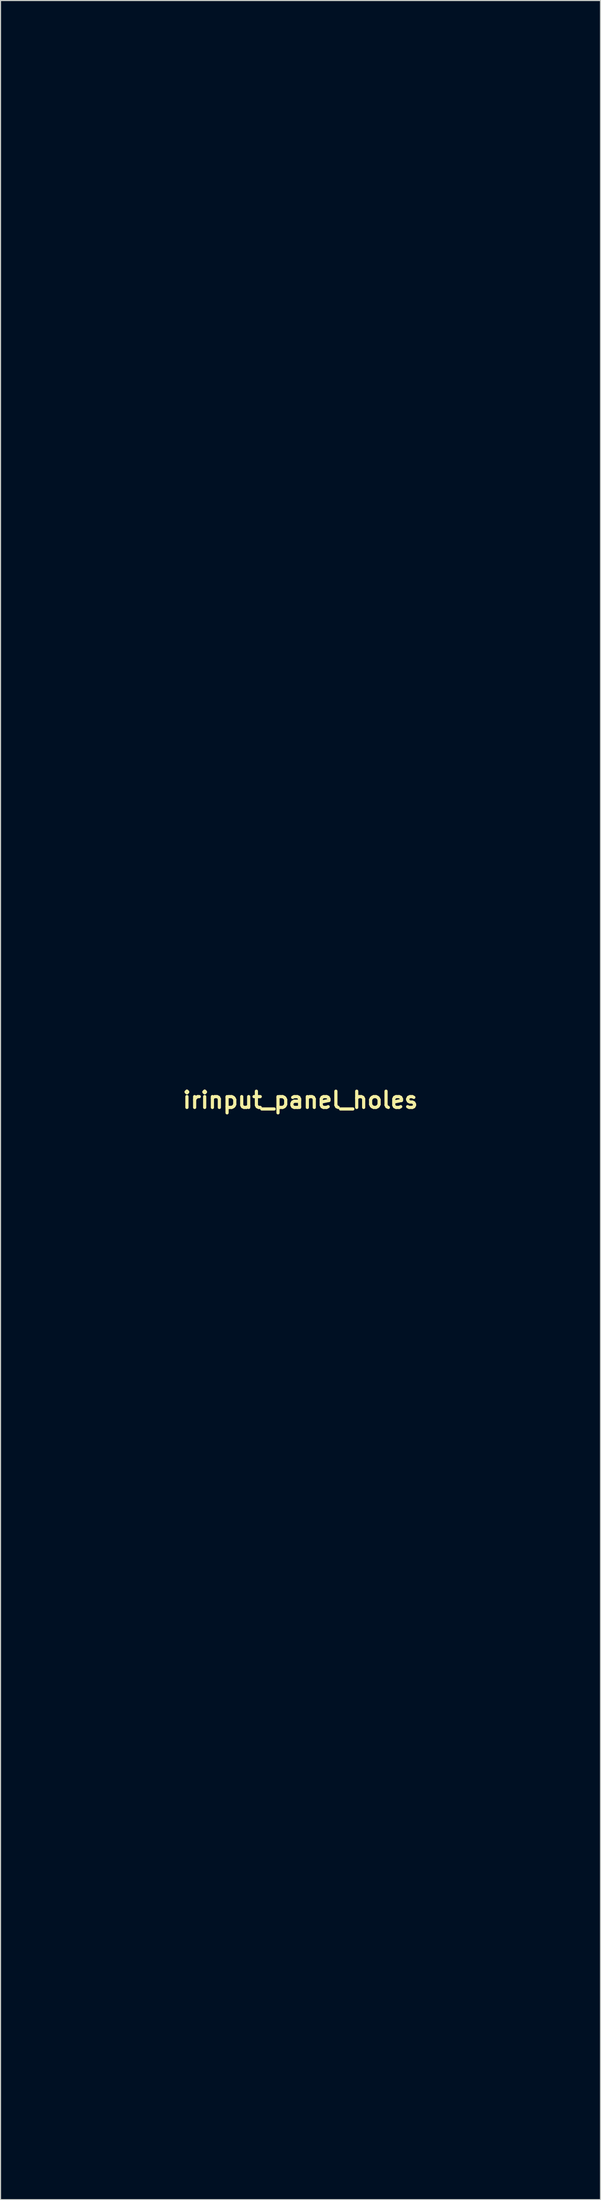
<source format=kicad_pcb>
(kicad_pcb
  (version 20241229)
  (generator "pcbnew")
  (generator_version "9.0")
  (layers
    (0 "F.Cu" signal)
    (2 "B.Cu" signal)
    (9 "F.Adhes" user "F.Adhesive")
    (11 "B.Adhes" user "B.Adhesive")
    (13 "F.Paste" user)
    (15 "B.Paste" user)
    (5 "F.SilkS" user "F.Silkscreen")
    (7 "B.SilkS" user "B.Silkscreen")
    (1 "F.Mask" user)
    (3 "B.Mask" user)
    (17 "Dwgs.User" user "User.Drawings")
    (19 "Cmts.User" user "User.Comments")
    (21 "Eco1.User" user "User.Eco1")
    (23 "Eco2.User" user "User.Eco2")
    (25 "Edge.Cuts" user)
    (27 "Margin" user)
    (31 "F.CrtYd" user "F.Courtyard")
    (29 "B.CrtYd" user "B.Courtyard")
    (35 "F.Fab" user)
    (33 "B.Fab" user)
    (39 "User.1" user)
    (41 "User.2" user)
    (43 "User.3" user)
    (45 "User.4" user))
  (footprint "irinput_panel_holes"
    (layer "F.Cu")
    (at 25.196 100.277)
    (property "Reference" "irinput_panel_holes" (at 0 0 0) (layer "F.SilkS") (effects (font (size 1.524 1.524) (thickness 0.3))))
    (attr board_only exclude_from_pos_files exclude_from_bom)
    (fp_poly (pts (xy -9.967 -93.362) (xy -11.187 -93.362) (xy -11.187 -96.795) (xy -9.967 -96.795)) (stroke (width 0.1) (type solid)) (fill no) (layer "Eco1.User"))
    (fp_poly (pts (xy -3.229 -93.362) (xy -3.84 -93.362) (xy -4.044 -93.363) (xy -4.201 -93.365) (xy -4.317 -93.369) (xy -4.396 -93.374) (xy -4.443 -93.382) (xy -4.463 -93.393) (xy -4.463 -93.394) (xy -4.465 -93.424) (xy -4.467 -93.501) (xy -4.468 -93.62) (xy -4.469 -93.777) (xy -4.47 -93.968) (xy -4.47 -94.188) (xy -4.47 -94.433) (xy -4.47 -94.699) (xy -4.469 -94.981) (xy -4.469 -95.104) (xy -4.462 -96.782) (xy -3.846 -96.789) (xy -3.229 -96.795)) (stroke (width 0.1) (type solid)) (fill no) (layer "Eco1.User"))
    (fp_poly (pts (xy 25.171 100.227) (xy -25.146 100.227) (xy -25.146 100.1) (xy -25.019 100.1) (xy 25.044 100.1) (xy 25.044 90.489) (xy -25.019 90.489) (xy -25.019 100.1) (xy -25.146 100.1) (xy -25.146 89.675) (xy -25.019 89.675) (xy 25.044 89.675) (xy 25.044 -89.675) (xy -25.019 -89.675) (xy -25.019 89.675) (xy -25.146 89.675) (xy -25.146 -90.489) (xy -25.019 -90.489) (xy 25.044 -90.489) (xy 25.044 -100.1) (xy -25.019 -100.1) (xy -25.019 -90.489) (xy -25.146 -90.489) (xy -25.146 -100.227) (xy 25.171 -100.227)) (stroke (width 0.1) (type solid)) (fill no) (layer "Eco1.User"))
    (fp_poly (pts (xy -3.019 93.385) (xy -2.823 93.386) (xy -2.654 93.388) (xy -2.516 93.39) (xy -2.414 93.393) (xy -2.355 93.396) (xy -2.342 93.398) (xy -2.316 93.44) (xy -2.322 93.493) (xy -2.359 93.537) (xy -2.363 93.539) (xy -2.408 93.55) (xy -2.491 93.559) (xy -2.598 93.564) (xy -2.681 93.566) (xy -2.949 93.566) (xy -2.956 95.186) (xy -2.962 96.807) (xy -3.966 96.821) (xy -3.966 93.559) (xy -4.316 93.569) (xy -4.455 93.572) (xy -4.552 93.573) (xy -4.614 93.571) (xy -4.649 93.563) (xy -4.666 93.55) (xy -4.672 93.53) (xy -4.673 93.523) (xy -4.676 93.492) (xy -4.672 93.467) (xy -4.657 93.447) (xy -4.627 93.43) (xy -4.578 93.417) (xy -4.506 93.407) (xy -4.406 93.399) (xy -4.275 93.394) (xy -4.108 93.391) (xy -3.9 93.388) (xy -3.649 93.386) (xy -3.467 93.386) (xy -3.236 93.385)) (stroke (width 0.1) (type solid)) (fill no) (layer "Eco1.User"))
    (fp_poly (pts (xy 10.716 -96.797) (xy 10.887 -96.796) (xy 11.023 -96.794) (xy 11.12 -96.791) (xy 11.173 -96.787) (xy 11.181 -96.785) (xy 11.21 -96.739) (xy 11.202 -96.684) (xy 11.163 -96.643) (xy 11.121 -96.633) (xy 11.038 -96.625) (xy 10.927 -96.619) (xy 10.798 -96.617) (xy 10.769 -96.617) (xy 10.424 -96.617) (xy 10.424 -93.362) (xy 9.179 -93.362) (xy 9.179 -96.617) (xy 8.943 -96.616) (xy 8.817 -96.614) (xy 8.688 -96.606) (xy 8.581 -96.595) (xy 8.559 -96.592) (xy 8.436 -96.581) (xy 8.356 -96.596) (xy 8.318 -96.638) (xy 8.314 -96.665) (xy 8.315 -96.69) (xy 8.32 -96.711) (xy 8.332 -96.728) (xy 8.357 -96.743) (xy 8.397 -96.754) (xy 8.457 -96.764) (xy 8.541 -96.771) (xy 8.651 -96.777) (xy 8.793 -96.782) (xy 8.97 -96.786) (xy 9.186 -96.789) (xy 9.445 -96.791) (xy 9.75 -96.794) (xy 9.774 -96.795) (xy 10.038 -96.797) (xy 10.287 -96.798) (xy 10.514 -96.798)) (stroke (width 0.1) (type solid)) (fill no) (layer "Eco1.User"))
    (fp_poly (pts (xy 6.109 93.385) (xy 6.119 93.403) (xy 6.119 93.445) (xy 6.105 93.52) (xy 6.08 93.616) (xy 6.069 93.651) (xy 6.051 93.714) (xy 6.022 93.822) (xy 5.984 93.969) (xy 5.939 94.149) (xy 5.887 94.358) (xy 5.83 94.589) (xy 5.77 94.838) (xy 5.707 95.099) (xy 5.669 95.256) (xy 5.606 95.518) (xy 5.546 95.766) (xy 5.489 95.997) (xy 5.437 96.206) (xy 5.391 96.387) (xy 5.352 96.537) (xy 5.322 96.65) (xy 5.301 96.721) (xy 5.293 96.744) (xy 5.248 96.809) (xy 5.197 96.841) (xy 5.151 96.836) (xy 5.124 96.796) (xy 5.124 96.745) (xy 5.14 96.661) (xy 5.171 96.56) (xy 5.188 96.501) (xy 5.216 96.398) (xy 5.253 96.255) (xy 5.298 96.079) (xy 5.349 95.873) (xy 5.406 95.644) (xy 5.466 95.395) (xy 5.529 95.133) (xy 5.578 94.93) (xy 5.641 94.665) (xy 5.702 94.414) (xy 5.76 94.181) (xy 5.812 93.971) (xy 5.859 93.788) (xy 5.898 93.637) (xy 5.93 93.523) (xy 5.951 93.45) (xy 5.962 93.423) (xy 6.01 93.377) (xy 6.065 93.364)) (stroke (width 0.1) (type solid)) (fill no) (layer "Eco1.User"))
    (fp_poly (pts (xy 12.774 -37.516) (xy 13.022 -37.483) (xy 13.209 -37.44) (xy 13.549 -37.314) (xy 13.859 -37.148) (xy 14.14 -36.941) (xy 14.327 -36.762) (xy 14.56 -36.481) (xy 14.748 -36.175) (xy 14.892 -35.844) (xy 14.954 -35.646) (xy 14.989 -35.466) (xy 15.01 -35.254) (xy 15.017 -35.027) (xy 15.01 -34.8) (xy 14.988 -34.591) (xy 14.955 -34.427) (xy 14.865 -34.146) (xy 14.757 -33.899) (xy 14.621 -33.672) (xy 14.451 -33.453) (xy 14.289 -33.279) (xy 14.092 -33.093) (xy 13.9 -32.944) (xy 13.701 -32.823) (xy 13.481 -32.721) (xy 13.425 -32.699) (xy 13.121 -32.606) (xy 12.797 -32.55) (xy 12.466 -32.534) (xy 12.233 -32.548) (xy 12.029 -32.583) (xy 11.804 -32.644) (xy 11.577 -32.725) (xy 11.365 -32.82) (xy 11.247 -32.885) (xy 10.967 -33.08) (xy 10.717 -33.311) (xy 10.502 -33.573) (xy 10.322 -33.86) (xy 10.182 -34.168) (xy 10.084 -34.489) (xy 10.031 -34.82) (xy 10.029 -34.935) (xy 11.518 -34.935) (xy 12.382 -34.935) (xy 12.382 -34.045) (xy 12.662 -34.045) (xy 12.662 -34.935) (xy 13.526 -34.935) (xy 13.526 -35.189) (xy 12.662 -35.189) (xy 12.662 -36.028) (xy 12.382 -36.028) (xy 12.382 -35.189) (xy 11.518 -35.189) (xy 11.518 -34.935) (xy 10.029 -34.935) (xy 10.025 -35.155) (xy 10.028 -35.195) (xy 10.079 -35.546) (xy 10.175 -35.88) (xy 10.314 -36.194) (xy 10.492 -36.483) (xy 10.706 -36.745) (xy 10.953 -36.975) (xy 11.231 -37.171) (xy 11.535 -37.328) (xy 11.863 -37.444) (xy 12.021 -37.482) (xy 12.255 -37.515) (xy 12.512 -37.526)) (stroke (width 0.1) (type solid)) (fill no) (layer "Eco1.User"))
    (fp_poly (pts (xy -20.582 -98.689) (xy -18.929 -98.689) (xy -18.72 -98.618) (xy -18.458 -98.505) (xy -18.228 -98.355) (xy -18.031 -98.174) (xy -17.868 -97.966) (xy -17.744 -97.737) (xy -17.658 -97.491) (xy -17.614 -97.234) (xy -17.613 -96.969) (xy -17.658 -96.703) (xy -17.749 -96.439) (xy -17.792 -96.35) (xy -17.897 -96.183) (xy -18.036 -96.017) (xy -18.196 -95.864) (xy -18.363 -95.737) (xy -18.484 -95.667) (xy -18.555 -95.633) (xy -18.618 -95.604) (xy -18.679 -95.58) (xy -18.743 -95.559) (xy -18.813 -95.542) (xy -18.893 -95.529) (xy -18.99 -95.518) (xy -19.105 -95.51) (xy -19.246 -95.503) (xy -19.414 -95.499) (xy -19.616 -95.496) (xy -19.855 -95.494) (xy -20.135 -95.492) (xy -20.462 -95.491) (xy -20.483 -95.491) (xy -20.76 -95.49) (xy -21.027 -95.49) (xy -21.278 -95.49) (xy -21.509 -95.491) (xy -21.714 -95.493) (xy -21.887 -95.494) (xy -22.024 -95.497) (xy -22.12 -95.499) (xy -22.162 -95.501) (xy -22.432 -95.55) (xy -22.681 -95.641) (xy -22.908 -95.771) (xy -23.108 -95.934) (xy -23.279 -96.127) (xy -23.418 -96.344) (xy -23.522 -96.58) (xy -23.587 -96.831) (xy -23.61 -97.093) (xy -23.589 -97.359) (xy -23.529 -97.599) (xy -23.423 -97.842) (xy -23.275 -98.066) (xy -23.093 -98.265) (xy -22.883 -98.429) (xy -22.73 -98.515) (xy -22.662 -98.549) (xy -22.6 -98.577) (xy -22.542 -98.602) (xy -22.483 -98.623) (xy -22.418 -98.64) (xy -22.343 -98.654) (xy -22.255 -98.664) (xy -22.15 -98.673) (xy -22.022 -98.679) (xy -21.868 -98.683) (xy -21.684 -98.686) (xy -21.465 -98.688) (xy -21.208 -98.689) (xy -20.908 -98.689)) (stroke (width 0.1) (type solid)) (fill no) (layer "Eco1.User"))
    (fp_poly (pts (xy -0.256 93.395) (xy -0.025 93.48) (xy 0.186 93.607) (xy 0.373 93.775) (xy 0.531 93.979) (xy 0.658 94.219) (xy 0.669 94.245) (xy 0.742 94.454) (xy 0.789 94.664) (xy 0.814 94.893) (xy 0.82 95.091) (xy 0.801 95.414) (xy 0.744 95.711) (xy 0.652 95.981) (xy 0.525 96.219) (xy 0.365 96.425) (xy 0.174 96.594) (xy -0.046 96.725) (xy -0.225 96.795) (xy -0.371 96.826) (xy -0.544 96.842) (xy -0.721 96.841) (xy -0.881 96.823) (xy -0.943 96.809) (xy -1.171 96.72) (xy -1.254 96.667) (xy -0.788 96.667) (xy -0.6 96.667) (xy -0.443 96.657) (xy -0.294 96.63) (xy -0.257 96.619) (xy -0.044 96.527) (xy 0.148 96.391) (xy 0.314 96.216) (xy 0.453 96.006) (xy 0.56 95.764) (xy 0.624 95.539) (xy 0.645 95.399) (xy 0.656 95.229) (xy 0.657 95.044) (xy 0.648 94.861) (xy 0.631 94.694) (xy 0.605 94.558) (xy 0.597 94.532) (xy 0.495 94.274) (xy 0.363 94.05) (xy 0.204 93.863) (xy 0.021 93.715) (xy -0.183 93.609) (xy -0.404 93.547) (xy -0.639 93.532) (xy -0.693 93.535) (xy -0.788 93.543) (xy -0.788 96.667) (xy -1.254 96.667) (xy -1.38 96.587) (xy -1.564 96.414) (xy -1.723 96.205) (xy -1.852 95.964) (xy -1.948 95.694) (xy -1.996 95.481) (xy -2.03 95.173) (xy -2.024 94.876) (xy -1.981 94.594) (xy -1.903 94.332) (xy -1.792 94.092) (xy -1.65 93.879) (xy -1.48 93.696) (xy -1.284 93.549) (xy -1.065 93.44) (xy -0.824 93.373) (xy -0.759 93.363) (xy -0.502 93.355)) (stroke (width 0.1) (type solid)) (fill no) (layer "Eco1.User"))
    (fp_poly (pts (xy 0.462 -82.502) (xy 0.784 -82.42) (xy 1.094 -82.296) (xy 1.388 -82.129) (xy 1.661 -81.918) (xy 1.726 -81.859) (xy 1.965 -81.599) (xy 2.16 -81.318) (xy 2.311 -81.022) (xy 2.42 -80.715) (xy 2.488 -80.399) (xy 2.513 -80.081) (xy 2.498 -79.763) (xy 2.443 -79.45) (xy 2.348 -79.146) (xy 2.215 -78.855) (xy 2.043 -78.581) (xy 1.834 -78.329) (xy 1.589 -78.103) (xy 1.306 -77.906) (xy 1.092 -77.791) (xy 0.897 -77.704) (xy 0.716 -77.64) (xy 0.536 -77.598) (xy 0.338 -77.572) (xy 0.108 -77.558) (xy 0.076 -77.558) (xy -0.093 -77.555) (xy -0.227 -77.558) (xy -0.339 -77.567) (xy -0.444 -77.583) (xy -0.509 -77.596) (xy -0.675 -77.637) (xy -0.813 -77.679) (xy -0.944 -77.731) (xy -1.087 -77.8) (xy -1.162 -77.839) (xy -1.461 -78.025) (xy -1.723 -78.242) (xy -1.947 -78.486) (xy -2.134 -78.754) (xy -2.281 -79.04) (xy -2.39 -79.341) (xy -2.459 -79.652) (xy -2.485 -79.938) (xy -0.992 -79.938) (xy -0.127 -79.938) (xy -0.127 -79.048) (xy 0.153 -79.048) (xy 0.153 -79.938) (xy 1.017 -79.938) (xy 1.017 -80.217) (xy 0.153 -80.217) (xy 0.153 -81.031) (xy -0.127 -81.031) (xy -0.127 -80.217) (xy -0.992 -80.217) (xy -0.992 -79.938) (xy -2.485 -79.938) (xy -2.487 -79.97) (xy -2.475 -80.29) (xy -2.422 -80.608) (xy -2.326 -80.92) (xy -2.188 -81.222) (xy -2.007 -81.509) (xy -1.783 -81.777) (xy -1.699 -81.861) (xy -1.433 -82.082) (xy -1.144 -82.26) (xy -0.839 -82.394) (xy -0.52 -82.486) (xy -0.194 -82.534) (xy 0.135 -82.539)) (stroke (width 0.1) (type solid)) (fill no) (layer "Eco1.User"))
    (fp_poly (pts (xy 20.846 95.493) (xy 21.113 95.494) (xy 21.369 95.496) (xy 21.61 95.5) (xy 21.83 95.504) (xy 22.024 95.51) (xy 22.186 95.517) (xy 22.31 95.524) (xy 22.392 95.533) (xy 22.412 95.537) (xy 22.687 95.634) (xy 22.934 95.772) (xy 23.151 95.949) (xy 23.333 96.162) (xy 23.479 96.408) (xy 23.584 96.68) (xy 23.62 96.859) (xy 23.631 97.065) (xy 23.619 97.279) (xy 23.585 97.482) (xy 23.559 97.576) (xy 23.449 97.836) (xy 23.298 98.07) (xy 23.111 98.272) (xy 22.892 98.439) (xy 22.646 98.568) (xy 22.376 98.654) (xy 22.27 98.675) (xy 22.214 98.68) (xy 22.113 98.684) (xy 21.972 98.688) (xy 21.798 98.691) (xy 21.596 98.693) (xy 21.371 98.695) (xy 21.129 98.697) (xy 20.876 98.698) (xy 20.618 98.698) (xy 20.361 98.698) (xy 20.109 98.697) (xy 19.87 98.696) (xy 19.647 98.694) (xy 19.448 98.691) (xy 19.278 98.688) (xy 19.142 98.684) (xy 19.046 98.68) (xy 19.002 98.676) (xy 18.733 98.612) (xy 18.48 98.502) (xy 18.251 98.353) (xy 18.051 98.167) (xy 17.884 97.949) (xy 17.757 97.704) (xy 17.746 97.677) (xy 17.664 97.399) (xy 17.631 97.123) (xy 17.649 96.852) (xy 17.715 96.59) (xy 17.829 96.34) (xy 17.99 96.104) (xy 18.114 95.966) (xy 18.32 95.786) (xy 18.538 95.652) (xy 18.778 95.557) (xy 18.853 95.536) (xy 18.915 95.527) (xy 19.022 95.519) (xy 19.169 95.512) (xy 19.35 95.506) (xy 19.56 95.501) (xy 19.793 95.497) (xy 20.043 95.495) (xy 20.306 95.493) (xy 20.576 95.492)) (stroke (width 0.1) (type solid)) (fill no) (layer "Eco1.User"))
    (fp_poly (pts (xy 21.249 -98.689) (xy 21.504 -98.688) (xy 21.72 -98.686) (xy 21.903 -98.683) (xy 22.055 -98.679) (xy 22.181 -98.673) (xy 22.286 -98.664) (xy 22.373 -98.653) (xy 22.447 -98.639) (xy 22.511 -98.622) (xy 22.571 -98.601) (xy 22.629 -98.576) (xy 22.691 -98.547) (xy 22.756 -98.516) (xy 22.978 -98.381) (xy 23.178 -98.206) (xy 23.35 -97.998) (xy 23.486 -97.765) (xy 23.582 -97.516) (xy 23.598 -97.456) (xy 23.62 -97.317) (xy 23.629 -97.15) (xy 23.626 -96.975) (xy 23.611 -96.812) (xy 23.584 -96.68) (xy 23.479 -96.407) (xy 23.333 -96.162) (xy 23.151 -95.95) (xy 22.936 -95.773) (xy 22.69 -95.635) (xy 22.416 -95.538) (xy 22.408 -95.536) (xy 22.368 -95.528) (xy 22.317 -95.52) (xy 22.25 -95.514) (xy 22.164 -95.509) (xy 22.055 -95.505) (xy 21.918 -95.501) (xy 21.749 -95.498) (xy 21.545 -95.496) (xy 21.301 -95.494) (xy 21.014 -95.492) (xy 20.757 -95.491) (xy 20.48 -95.49) (xy 20.212 -95.49) (xy 19.96 -95.491) (xy 19.728 -95.491) (xy 19.522 -95.493) (xy 19.348 -95.495) (xy 19.209 -95.497) (xy 19.112 -95.5) (xy 19.069 -95.503) (xy 18.799 -95.552) (xy 18.544 -95.649) (xy 18.308 -95.793) (xy 18.092 -95.983) (xy 18.081 -95.994) (xy 17.9 -96.22) (xy 17.764 -96.464) (xy 17.676 -96.724) (xy 17.636 -96.996) (xy 17.645 -97.276) (xy 17.704 -97.561) (xy 17.724 -97.626) (xy 17.793 -97.789) (xy 17.892 -97.962) (xy 18.011 -98.126) (xy 18.066 -98.191) (xy 18.185 -98.302) (xy 18.338 -98.413) (xy 18.509 -98.513) (xy 18.681 -98.594) (xy 18.746 -98.618) (xy 18.955 -98.689) (xy 20.607 -98.689) (xy 20.951 -98.689)) (stroke (width 0.1) (type solid)) (fill no) (layer "Eco1.User"))
    (fp_poly (pts (xy 2.187 -96.78) (xy 2.469 -96.779) (xy 2.707 -96.776) (xy 2.906 -96.77) (xy 3.071 -96.761) (xy 3.21 -96.749) (xy 3.327 -96.731) (xy 3.429 -96.709) (xy 3.522 -96.68) (xy 3.612 -96.645) (xy 3.701 -96.604) (xy 3.922 -96.472) (xy 4.101 -96.313) (xy 4.236 -96.129) (xy 4.328 -95.92) (xy 4.375 -95.688) (xy 4.381 -95.549) (xy 4.356 -95.279) (xy 4.29 -95.029) (xy 4.185 -94.805) (xy 4.042 -94.609) (xy 3.865 -94.446) (xy 3.657 -94.321) (xy 3.497 -94.255) (xy 3.337 -94.205) (xy 3.183 -94.172) (xy 3.042 -94.156) (xy 2.921 -94.157) (xy 2.826 -94.177) (xy 2.766 -94.214) (xy 2.746 -94.267) (xy 2.768 -94.329) (xy 2.831 -94.365) (xy 2.931 -94.375) (xy 2.976 -94.371) (xy 3.128 -94.368) (xy 3.297 -94.387) (xy 3.461 -94.425) (xy 3.577 -94.47) (xy 3.764 -94.588) (xy 3.921 -94.742) (xy 4.045 -94.926) (xy 4.134 -95.133) (xy 4.183 -95.355) (xy 4.19 -95.586) (xy 4.167 -95.757) (xy 4.1 -95.964) (xy 3.993 -96.142) (xy 3.844 -96.292) (xy 3.652 -96.417) (xy 3.627 -96.431) (xy 3.485 -96.493) (xy 3.335 -96.54) (xy 3.164 -96.574) (xy 2.962 -96.597) (xy 2.816 -96.607) (xy 2.517 -96.624) (xy 2.517 -93.362) (xy 1.906 -93.362) (xy 1.702 -93.363) (xy 1.545 -93.365) (xy 1.429 -93.369) (xy 1.35 -93.374) (xy 1.303 -93.382) (xy 1.284 -93.393) (xy 1.283 -93.394) (xy 1.281 -93.424) (xy 1.279 -93.501) (xy 1.278 -93.62) (xy 1.277 -93.777) (xy 1.276 -93.968) (xy 1.276 -94.188) (xy 1.276 -94.433) (xy 1.276 -94.699) (xy 1.277 -94.981) (xy 1.277 -95.104) (xy 1.284 -96.782)) (stroke (width 0.1) (type solid)) (fill no) (layer "Eco1.User"))
    (fp_poly (pts (xy -20.265 95.497) (xy -19.969 95.497) (xy -19.716 95.498) (xy -19.501 95.5) (xy -19.321 95.503) (xy -19.17 95.508) (xy -19.045 95.514) (xy -18.941 95.523) (xy -18.855 95.534) (xy -18.781 95.549) (xy -18.717 95.566) (xy -18.658 95.587) (xy -18.599 95.613) (xy -18.537 95.642) (xy -18.484 95.668) (xy -18.32 95.767) (xy -18.154 95.901) (xy -17.998 96.059) (xy -17.867 96.226) (xy -17.792 96.35) (xy -17.681 96.617) (xy -17.62 96.891) (xy -17.61 97.17) (xy -17.65 97.455) (xy -17.698 97.626) (xy -17.767 97.789) (xy -17.867 97.962) (xy -17.985 98.126) (xy -18.041 98.191) (xy -18.161 98.303) (xy -18.314 98.414) (xy -18.486 98.515) (xy -18.658 98.595) (xy -18.72 98.618) (xy -18.929 98.688) (xy -20.531 98.692) (xy -20.816 98.693) (xy -21.088 98.693) (xy -21.343 98.692) (xy -21.577 98.69) (xy -21.784 98.688) (xy -21.961 98.686) (xy -22.101 98.683) (xy -22.2 98.68) (xy -22.254 98.676) (xy -22.258 98.675) (xy -22.531 98.604) (xy -22.784 98.49) (xy -23.011 98.337) (xy -23.208 98.149) (xy -23.369 97.931) (xy -23.434 97.812) (xy -23.514 97.631) (xy -23.566 97.47) (xy -23.595 97.308) (xy -23.605 97.125) (xy -23.605 97.074) (xy -23.578 96.793) (xy -23.505 96.527) (xy -23.388 96.28) (xy -23.23 96.058) (xy -23.034 95.866) (xy -22.803 95.707) (xy -22.718 95.662) (xy -22.652 95.63) (xy -22.593 95.603) (xy -22.536 95.579) (xy -22.477 95.56) (xy -22.412 95.543) (xy -22.336 95.53) (xy -22.245 95.52) (xy -22.136 95.512) (xy -22.003 95.506) (xy -21.844 95.502) (xy -21.653 95.499) (xy -21.426 95.498) (xy -21.161 95.497) (xy -20.851 95.497) (xy -20.607 95.497)) (stroke (width 0.1) (type solid)) (fill no) (layer "Eco1.User"))
    (fp_poly (pts (xy -12.288 -63.547) (xy -12.062 -63.532) (xy -11.868 -63.504) (xy -11.862 -63.503) (xy -11.45 -63.397) (xy -11.06 -63.247) (xy -10.694 -63.055) (xy -10.355 -62.823) (xy -10.047 -62.555) (xy -9.772 -62.252) (xy -9.534 -61.917) (xy -9.335 -61.553) (xy -9.253 -61.365) (xy -9.127 -61.001) (xy -9.046 -60.636) (xy -9.006 -60.258) (xy -9.001 -60.058) (xy -9.025 -59.643) (xy -9.096 -59.241) (xy -9.212 -58.855) (xy -9.37 -58.488) (xy -9.568 -58.144) (xy -9.804 -57.825) (xy -10.074 -57.535) (xy -10.377 -57.276) (xy -10.709 -57.051) (xy -11.069 -56.864) (xy -11.454 -56.718) (xy -11.821 -56.623) (xy -11.947 -56.602) (xy -12.102 -56.584) (xy -12.272 -56.57) (xy -12.442 -56.56) (xy -12.599 -56.555) (xy -12.728 -56.557) (xy -12.789 -56.561) (xy -13.225 -56.634) (xy -13.63 -56.745) (xy -14.006 -56.896) (xy -14.356 -57.088) (xy -14.684 -57.323) (xy -14.952 -57.563) (xy -15.236 -57.876) (xy -15.477 -58.218) (xy -15.675 -58.586) (xy -15.825 -58.966) (xy -15.909 -59.26) (xy -15.962 -59.552) (xy -15.989 -59.861) (xy -15.99 -59.928) (xy -15.001 -59.928) (xy -12.636 -59.928) (xy -12.636 -57.563) (xy -12.357 -57.563) (xy -12.357 -59.928) (xy -9.992 -59.928) (xy -9.992 -60.182) (xy -12.357 -60.182) (xy -12.357 -62.547) (xy -12.636 -62.547) (xy -12.636 -60.182) (xy -15.001 -60.182) (xy -15.001 -59.928) (xy -15.99 -59.928) (xy -15.992 -60.053) (xy -15.969 -60.484) (xy -15.899 -60.894) (xy -15.782 -61.285) (xy -15.618 -61.656) (xy -15.407 -62.006) (xy -15.15 -62.338) (xy -14.976 -62.523) (xy -14.665 -62.803) (xy -14.335 -63.038) (xy -13.983 -63.23) (xy -13.603 -63.38) (xy -13.193 -63.491) (xy -13.188 -63.492) (xy -12.996 -63.523) (xy -12.771 -63.542) (xy -12.529 -63.55)) (stroke (width 0.1) (type solid)) (fill no) (layer "Eco1.User"))
    (fp_poly (pts (xy -6.693 93.388) (xy -6.405 93.39) (xy -6.162 93.397) (xy -5.958 93.41) (xy -5.788 93.43) (xy -5.644 93.458) (xy -5.523 93.495) (xy -5.417 93.543) (xy -5.322 93.601) (xy -5.254 93.652) (xy -5.083 93.823) (xy -4.955 94.019) (xy -4.871 94.241) (xy -4.832 94.487) (xy -4.828 94.594) (xy -4.85 94.866) (xy -4.913 95.109) (xy -5.019 95.325) (xy -5.167 95.513) (xy -5.214 95.559) (xy -5.314 95.641) (xy -5.423 95.713) (xy -5.503 95.754) (xy -5.582 95.788) (xy -5.623 95.814) (xy -5.636 95.843) (xy -5.631 95.885) (xy -5.63 95.891) (xy -5.585 96.049) (xy -5.52 96.209) (xy -5.442 96.359) (xy -5.357 96.487) (xy -5.271 96.582) (xy -5.226 96.616) (xy -5.165 96.648) (xy -5.107 96.663) (xy -5.032 96.663) (xy -4.972 96.658) (xy -4.867 96.653) (xy -4.807 96.667) (xy -4.785 96.702) (xy -4.796 96.757) (xy -4.84 96.806) (xy -4.919 96.836) (xy -5.021 96.846) (xy -5.132 96.835) (xy -5.241 96.802) (xy -5.25 96.798) (xy -5.37 96.721) (xy -5.482 96.603) (xy -5.588 96.441) (xy -5.688 96.232) (xy -5.758 96.051) (xy -5.829 95.854) (xy -5.926 95.854) (xy -6.013 95.839) (xy -6.076 95.8) (xy -6.102 95.745) (xy -6.102 95.741) (xy -6.079 95.687) (xy -6.011 95.655) (xy -5.898 95.645) (xy -5.867 95.646) (xy -5.664 95.632) (xy -5.483 95.572) (xy -5.326 95.467) (xy -5.191 95.317) (xy -5.098 95.159) (xy -5.018 94.947) (xy -4.978 94.726) (xy -4.978 94.505) (xy -5.016 94.293) (xy -5.091 94.098) (xy -5.201 93.927) (xy -5.278 93.846) (xy -5.45 93.719) (xy -5.653 93.631) (xy -5.887 93.58) (xy -6.121 93.566) (xy -6.28 93.566) (xy -6.28 96.82) (xy -7.272 96.82) (xy -7.272 93.388)) (stroke (width 0.1) (type solid)) (fill no) (layer "Eco1.User"))
    (fp_poly (pts (xy 12.805 -63.543) (xy 13.044 -63.52) (xy 13.213 -63.492) (xy 13.624 -63.381) (xy 14.004 -63.232) (xy 14.356 -63.041) (xy 14.685 -62.808) (xy 14.995 -62.529) (xy 15.001 -62.523) (xy 15.203 -62.307) (xy 15.37 -62.098) (xy 15.515 -61.879) (xy 15.649 -61.635) (xy 15.66 -61.614) (xy 15.813 -61.262) (xy 15.922 -60.907) (xy 15.989 -60.538) (xy 16.017 -60.147) (xy 16.018 -60.053) (xy 15.997 -59.646) (xy 15.934 -59.261) (xy 15.825 -58.889) (xy 15.669 -58.521) (xy 15.633 -58.448) (xy 15.422 -58.092) (xy 15.174 -57.767) (xy 14.892 -57.477) (xy 14.58 -57.222) (xy 14.242 -57.006) (xy 13.882 -56.829) (xy 13.502 -56.694) (xy 13.109 -56.603) (xy 12.703 -56.558) (xy 12.291 -56.561) (xy 12.16 -56.572) (xy 11.804 -56.631) (xy 11.443 -56.73) (xy 11.092 -56.865) (xy 10.946 -56.934) (xy 10.586 -57.142) (xy 10.257 -57.39) (xy 9.961 -57.674) (xy 9.7 -57.991) (xy 9.477 -58.338) (xy 9.294 -58.712) (xy 9.153 -59.11) (xy 9.088 -59.368) (xy 9.064 -59.514) (xy 9.046 -59.695) (xy 9.035 -59.896) (xy 9.034 -59.928) (xy 10.018 -59.928) (xy 12.382 -59.928) (xy 12.382 -57.563) (xy 12.662 -57.563) (xy 12.662 -59.928) (xy 15.026 -59.928) (xy 15.026 -60.182) (xy 12.662 -60.182) (xy 12.662 -62.547) (xy 12.382 -62.547) (xy 12.382 -60.182) (xy 10.018 -60.182) (xy 10.018 -59.928) (xy 9.034 -59.928) (xy 9.03 -60.1) (xy 9.034 -60.293) (xy 9.045 -60.458) (xy 9.049 -60.495) (xy 9.129 -60.911) (xy 9.255 -61.307) (xy 9.423 -61.68) (xy 9.632 -62.028) (xy 9.878 -62.348) (xy 10.159 -62.637) (xy 10.473 -62.892) (xy 10.817 -63.112) (xy 11.188 -63.292) (xy 11.584 -63.43) (xy 11.83 -63.491) (xy 12.043 -63.525) (xy 12.288 -63.545) (xy 12.547 -63.551)) (stroke (width 0.1) (type solid)) (fill no) (layer "Eco1.User"))
    (fp_poly (pts (xy 2.479 94.278) (xy 2.671 94.464) (xy 2.852 94.639) (xy 3.019 94.801) (xy 3.169 94.944) (xy 3.298 95.068) (xy 3.404 95.167) (xy 3.482 95.24) (xy 3.53 95.283) (xy 3.544 95.294) (xy 3.549 95.269) (xy 3.553 95.199) (xy 3.556 95.087) (xy 3.558 94.939) (xy 3.559 94.76) (xy 3.558 94.553) (xy 3.557 94.35) (xy 3.554 94.106) (xy 3.553 93.907) (xy 3.552 93.749) (xy 3.553 93.628) (xy 3.555 93.537) (xy 3.559 93.473) (xy 3.565 93.429) (xy 3.572 93.402) (xy 3.582 93.386) (xy 3.593 93.378) (xy 3.635 93.365) (xy 3.671 93.393) (xy 3.675 93.399) (xy 3.683 93.415) (xy 3.689 93.444) (xy 3.694 93.49) (xy 3.699 93.556) (xy 3.703 93.645) (xy 3.706 93.762) (xy 3.708 93.908) (xy 3.71 94.089) (xy 3.711 94.307) (xy 3.712 94.566) (xy 3.712 94.87) (xy 3.712 95.185) (xy 3.712 95.477) (xy 3.711 95.754) (xy 3.71 96.011) (xy 3.708 96.244) (xy 3.706 96.45) (xy 3.704 96.623) (xy 3.701 96.761) (xy 3.698 96.858) (xy 3.695 96.912) (xy 3.693 96.921) (xy 3.672 96.903) (xy 3.617 96.854) (xy 3.533 96.775) (xy 3.422 96.67) (xy 3.288 96.543) (xy 3.134 96.395) (xy 2.963 96.232) (xy 2.779 96.054) (xy 2.632 95.912) (xy 1.589 94.905) (xy 1.576 95.851) (xy 1.573 96.1) (xy 1.569 96.303) (xy 1.565 96.464) (xy 1.561 96.588) (xy 1.556 96.681) (xy 1.55 96.746) (xy 1.543 96.788) (xy 1.534 96.811) (xy 1.526 96.821) (xy 1.477 96.843) (xy 1.445 96.829) (xy 1.432 96.814) (xy 1.428 96.782) (xy 1.424 96.703) (xy 1.421 96.578) (xy 1.419 96.411) (xy 1.418 96.204) (xy 1.418 95.96) (xy 1.419 95.682) (xy 1.42 95.373) (xy 1.422 95.035) (xy 1.423 95.022) (xy 1.437 93.263)) (stroke (width 0.1) (type solid)) (fill no) (layer "Eco1.User"))
    (fp_poly (pts (xy 12.687 1.51) (xy 13.004 1.537) (xy 13.291 1.585) (xy 13.566 1.66) (xy 13.844 1.765) (xy 14.098 1.882) (xy 14.455 2.087) (xy 14.782 2.332) (xy 15.078 2.612) (xy 15.339 2.923) (xy 15.562 3.263) (xy 15.744 3.626) (xy 15.884 4.01) (xy 15.976 4.409) (xy 15.98 4.43) (xy 16.001 4.611) (xy 16.013 4.822) (xy 16.016 5.046) (xy 16.01 5.266) (xy 15.995 5.465) (xy 15.979 5.584) (xy 15.884 5.992) (xy 15.744 6.38) (xy 15.562 6.745) (xy 15.341 7.084) (xy 15.083 7.394) (xy 14.791 7.673) (xy 14.469 7.916) (xy 14.118 8.122) (xy 13.742 8.286) (xy 13.368 8.401) (xy 13.011 8.471) (xy 12.659 8.506) (xy 12.325 8.505) (xy 12.268 8.5) (xy 11.964 8.46) (xy 11.652 8.391) (xy 11.347 8.3) (xy 11.069 8.19) (xy 10.98 8.147) (xy 10.609 7.934) (xy 10.272 7.683) (xy 9.971 7.398) (xy 9.706 7.08) (xy 9.481 6.731) (xy 9.297 6.354) (xy 9.155 5.951) (xy 9.084 5.67) (xy 9.061 5.52) (xy 9.046 5.335) (xy 9.038 5.136) (xy 10.018 5.136) (xy 12.382 5.136) (xy 12.382 7.5) (xy 12.662 7.5) (xy 12.662 5.136) (xy 15.026 5.136) (xy 15.026 4.882) (xy 12.662 4.882) (xy 12.656 3.693) (xy 12.649 2.504) (xy 12.395 2.504) (xy 12.388 3.693) (xy 12.382 4.882) (xy 10.018 4.882) (xy 10.018 5.136) (xy 9.038 5.136) (xy 9.038 5.127) (xy 9.037 4.911) (xy 9.044 4.701) (xy 9.059 4.511) (xy 9.081 4.353) (xy 9.086 4.324) (xy 9.201 3.91) (xy 9.358 3.52) (xy 9.555 3.157) (xy 9.79 2.822) (xy 10.06 2.519) (xy 10.363 2.251) (xy 10.696 2.019) (xy 11.057 1.826) (xy 11.443 1.676) (xy 11.661 1.613) (xy 11.995 1.543) (xy 12.318 1.509) (xy 12.653 1.508)) (stroke (width 0.1) (type solid)) (fill no) (layer "Eco1.User"))
    (fp_poly (pts (xy -12.223 -38.521) (xy -12.009 -38.502) (xy -11.906 -38.486) (xy -11.491 -38.386) (xy -11.099 -38.241) (xy -10.732 -38.055) (xy -10.393 -37.83) (xy -10.084 -37.567) (xy -9.807 -37.27) (xy -9.566 -36.94) (xy -9.363 -36.581) (xy -9.199 -36.194) (xy -9.078 -35.782) (xy -9.059 -35.697) (xy -9.036 -35.548) (xy -9.02 -35.362) (xy -9.012 -35.154) (xy -9.012 -34.938) (xy -9.019 -34.728) (xy -9.033 -34.537) (xy -9.055 -34.38) (xy -9.061 -34.351) (xy -9.176 -33.936) (xy -9.333 -33.545) (xy -9.531 -33.181) (xy -9.767 -32.847) (xy -10.037 -32.544) (xy -10.341 -32.276) (xy -10.674 -32.044) (xy -11.036 -31.852) (xy -11.423 -31.701) (xy -11.833 -31.595) (xy -11.85 -31.591) (xy -11.998 -31.569) (xy -12.18 -31.553) (xy -12.377 -31.542) (xy -12.576 -31.538) (xy -12.759 -31.542) (xy -12.912 -31.553) (xy -12.936 -31.556) (xy -13.346 -31.635) (xy -13.738 -31.76) (xy -14.108 -31.927) (xy -14.454 -32.133) (xy -14.773 -32.375) (xy -15.062 -32.65) (xy -15.318 -32.957) (xy -15.537 -33.29) (xy -15.718 -33.649) (xy -15.856 -34.029) (xy -15.949 -34.429) (xy -15.954 -34.458) (xy -15.977 -34.648) (xy -15.989 -34.869) (xy -15.989 -34.909) (xy -15.001 -34.909) (xy -12.636 -34.909) (xy -12.636 -32.545) (xy -12.357 -32.545) (xy -12.357 -34.909) (xy -9.992 -34.909) (xy -9.992 -35.163) (xy -12.357 -35.163) (xy -12.357 -37.528) (xy -12.636 -37.528) (xy -12.636 -35.163) (xy -15.001 -35.163) (xy -15.001 -34.909) (xy -15.989 -34.909) (xy -15.991 -35.103) (xy -15.983 -35.332) (xy -15.965 -35.538) (xy -15.952 -35.623) (xy -15.86 -36.024) (xy -15.722 -36.407) (xy -15.542 -36.767) (xy -15.322 -37.103) (xy -15.066 -37.412) (xy -14.776 -37.689) (xy -14.455 -37.933) (xy -14.107 -38.141) (xy -13.734 -38.308) (xy -13.339 -38.434) (xy -13.12 -38.482) (xy -12.925 -38.509) (xy -12.699 -38.524) (xy -12.459 -38.528)) (stroke (width 0.1) (type solid)) (fill no) (layer "Eco1.User"))
    (fp_poly (pts (xy 0.172 77.62) (xy 0.297 77.625) (xy 0.403 77.637) (xy 0.507 77.656) (xy 0.623 77.685) (xy 0.95 77.791) (xy 1.244 77.932) (xy 1.514 78.113) (xy 1.738 78.308) (xy 1.919 78.497) (xy 2.066 78.685) (xy 2.192 78.889) (xy 2.275 79.053) (xy 2.366 79.261) (xy 2.43 79.454) (xy 2.472 79.649) (xy 2.494 79.86) (xy 2.501 80.104) (xy 2.501 80.128) (xy 2.495 80.344) (xy 2.479 80.526) (xy 2.45 80.69) (xy 2.404 80.854) (xy 2.337 81.033) (xy 2.315 81.088) (xy 2.193 81.331) (xy 2.032 81.574) (xy 1.844 81.804) (xy 1.638 82.009) (xy 1.427 82.174) (xy 1.137 82.345) (xy 0.842 82.47) (xy 0.533 82.551) (xy 0.201 82.591) (xy 0.076 82.596) (xy -0.058 82.597) (xy -0.18 82.597) (xy -0.277 82.595) (xy -0.338 82.591) (xy -0.343 82.591) (xy -0.694 82.51) (xy -1.023 82.385) (xy -1.327 82.218) (xy -1.605 82.012) (xy -1.851 81.771) (xy -2.063 81.496) (xy -2.239 81.192) (xy -2.374 80.86) (xy -2.433 80.655) (xy -2.456 80.532) (xy -2.47 80.376) (xy -2.475 80.217) (xy -0.992 80.217) (xy -0.127 80.217) (xy -0.127 81.107) (xy 0.153 81.107) (xy 0.153 80.217) (xy 1.017 80.217) (xy 1.017 79.938) (xy 0.154 79.938) (xy 0.14 79.111) (xy -0.114 79.111) (xy -0.121 79.524) (xy -0.128 79.938) (xy -0.992 79.938) (xy -0.992 80.217) (xy -2.475 80.217) (xy -2.476 80.178) (xy -2.476 80.116) (xy -2.47 79.863) (xy -2.445 79.644) (xy -2.4 79.441) (xy -2.331 79.239) (xy -2.25 79.053) (xy -2.128 78.82) (xy -1.994 78.62) (xy -1.835 78.432) (xy -1.713 78.31) (xy -1.459 78.094) (xy -1.196 77.921) (xy -0.912 77.787) (xy -0.596 77.684) (xy -0.588 77.682) (xy -0.473 77.654) (xy -0.369 77.636) (xy -0.261 77.625) (xy -0.132 77.619) (xy 0.013 77.618)) (stroke (width 0.1) (type solid)) (fill no) (layer "Eco1.User"))
    (fp_poly (pts (xy 7.868 -96.818) (xy 7.888 -96.813) (xy 7.904 -96.799) (xy 7.917 -96.771) (xy 7.926 -96.725) (xy 7.933 -96.657) (xy 7.937 -96.562) (xy 7.939 -96.435) (xy 7.94 -96.273) (xy 7.939 -96.071) (xy 7.937 -95.825) (xy 7.936 -95.709) (xy 7.933 -95.422) (xy 7.93 -95.18) (xy 7.926 -94.977) (xy 7.919 -94.809) (xy 7.91 -94.67) (xy 7.897 -94.553) (xy 7.881 -94.455) (xy 7.86 -94.369) (xy 7.834 -94.289) (xy 7.802 -94.211) (xy 7.764 -94.128) (xy 7.75 -94.1) (xy 7.634 -93.912) (xy 7.477 -93.739) (xy 7.291 -93.588) (xy 7.086 -93.467) (xy 6.871 -93.384) (xy 6.794 -93.365) (xy 6.677 -93.349) (xy 6.529 -93.341) (xy 6.365 -93.34) (xy 6.204 -93.347) (xy 6.061 -93.36) (xy 5.97 -93.376) (xy 5.742 -93.455) (xy 5.527 -93.573) (xy 5.333 -93.725) (xy 5.171 -93.901) (xy 5.065 -94.066) (xy 5.023 -94.147) (xy 4.989 -94.223) (xy 4.96 -94.299) (xy 4.937 -94.381) (xy 4.919 -94.473) (xy 4.906 -94.581) (xy 4.896 -94.711) (xy 4.889 -94.868) (xy 4.885 -95.057) (xy 4.883 -95.283) (xy 4.882 -95.552) (xy 4.882 -95.705) (xy 4.882 -96.795) (xy 6.102 -96.795) (xy 6.108 -95.161) (xy 6.115 -93.527) (xy 6.404 -93.52) (xy 6.641 -93.525) (xy 6.842 -93.556) (xy 7.016 -93.615) (xy 7.172 -93.706) (xy 7.29 -93.802) (xy 7.424 -93.945) (xy 7.53 -94.104) (xy 7.617 -94.296) (xy 7.628 -94.325) (xy 7.66 -94.418) (xy 7.686 -94.509) (xy 7.707 -94.606) (xy 7.723 -94.713) (xy 7.736 -94.836) (xy 7.744 -94.983) (xy 7.75 -95.157) (xy 7.752 -95.366) (xy 7.753 -95.615) (xy 7.752 -95.85) (xy 7.751 -96.097) (xy 7.75 -96.298) (xy 7.751 -96.458) (xy 7.754 -96.582) (xy 7.758 -96.673) (xy 7.766 -96.737) (xy 7.776 -96.779) (xy 7.79 -96.804) (xy 7.808 -96.815) (xy 7.83 -96.819) (xy 7.844 -96.819)) (stroke (width 0.1) (type solid)) (fill no) (layer "Eco1.User"))
    (fp_poly (pts (xy 11.767 93.381) (xy 12.008 93.45) (xy 12.226 93.564) (xy 12.419 93.721) (xy 12.585 93.921) (xy 12.712 94.138) (xy 12.779 94.282) (xy 12.829 94.411) (xy 12.864 94.537) (xy 12.886 94.672) (xy 12.898 94.828) (xy 12.902 95.018) (xy 12.903 95.091) (xy 12.9 95.294) (xy 12.891 95.458) (xy 12.873 95.598) (xy 12.843 95.725) (xy 12.799 95.853) (xy 12.737 95.993) (xy 12.709 96.053) (xy 12.613 96.217) (xy 12.489 96.379) (xy 12.347 96.527) (xy 12.2 96.646) (xy 12.113 96.699) (xy 11.924 96.777) (xy 11.711 96.826) (xy 11.49 96.846) (xy 11.277 96.834) (xy 11.111 96.798) (xy 10.884 96.699) (xy 10.847 96.674) (xy 11.314 96.674) (xy 11.553 96.663) (xy 11.675 96.656) (xy 11.766 96.643) (xy 11.846 96.62) (xy 11.936 96.581) (xy 11.987 96.556) (xy 12.191 96.43) (xy 12.365 96.268) (xy 12.511 96.067) (xy 12.629 95.825) (xy 12.691 95.65) (xy 12.728 95.486) (xy 12.749 95.289) (xy 12.755 95.076) (xy 12.745 94.864) (xy 12.719 94.667) (xy 12.692 94.545) (xy 12.598 94.293) (xy 12.474 94.071) (xy 12.323 93.882) (xy 12.147 93.731) (xy 11.952 93.622) (xy 11.74 93.557) (xy 11.668 93.546) (xy 11.564 93.537) (xy 11.465 93.534) (xy 11.41 93.535) (xy 11.314 93.543) (xy 11.314 96.674) (xy 10.847 96.674) (xy 10.677 96.556) (xy 10.494 96.372) (xy 10.339 96.152) (xy 10.213 95.898) (xy 10.14 95.689) (xy 10.117 95.601) (xy 10.1 95.519) (xy 10.09 95.429) (xy 10.084 95.32) (xy 10.082 95.179) (xy 10.081 95.078) (xy 10.082 94.916) (xy 10.085 94.793) (xy 10.093 94.698) (xy 10.105 94.618) (xy 10.123 94.542) (xy 10.141 94.481) (xy 10.25 94.2) (xy 10.389 93.957) (xy 10.556 93.753) (xy 10.749 93.589) (xy 10.965 93.467) (xy 11.203 93.39) (xy 11.46 93.358) (xy 11.505 93.357)) (stroke (width 0.1) (type solid)) (fill no) (layer "Eco1.User"))
    (fp_poly (pts (xy -12.363 41.551) (xy -12.147 41.562) (xy -11.963 41.583) (xy -11.558 41.672) (xy -11.168 41.808) (xy -10.796 41.988) (xy -10.447 42.21) (xy -10.126 42.471) (xy -9.837 42.768) (xy -9.697 42.942) (xy -9.589 43.1) (xy -9.476 43.29) (xy -9.367 43.498) (xy -9.268 43.708) (xy -9.188 43.906) (xy -9.14 44.05) (xy -9.048 44.462) (xy -9.005 44.883) (xy -9.011 45.305) (xy -9.066 45.723) (xy -9.14 46.033) (xy -9.201 46.213) (xy -9.287 46.417) (xy -9.39 46.631) (xy -9.502 46.838) (xy -9.615 47.024) (xy -9.697 47.141) (xy -9.969 47.459) (xy -10.275 47.742) (xy -10.611 47.986) (xy -10.972 48.189) (xy -11.355 48.349) (xy -11.754 48.463) (xy -11.923 48.496) (xy -12.064 48.514) (xy -12.238 48.526) (xy -12.43 48.533) (xy -12.624 48.534) (xy -12.805 48.528) (xy -12.959 48.517) (xy -13.018 48.509) (xy -13.432 48.418) (xy -13.828 48.282) (xy -14.2 48.102) (xy -14.547 47.881) (xy -14.866 47.621) (xy -15.152 47.325) (xy -15.404 46.995) (xy -15.618 46.633) (xy -15.651 46.567) (xy -15.794 46.23) (xy -15.9 45.878) (xy -15.958 45.6) (xy -15.981 45.415) (xy -15.991 45.196) (xy -15.991 45.181) (xy -15.001 45.181) (xy -12.636 45.181) (xy -12.636 47.546) (xy -12.357 47.546) (xy -12.357 45.181) (xy -9.99 45.181) (xy -9.997 45.047) (xy -10.005 44.914) (xy -11.181 44.907) (xy -12.356 44.901) (xy -12.369 42.549) (xy -12.503 42.542) (xy -12.636 42.534) (xy -12.636 44.901) (xy -15.001 44.901) (xy -15.001 45.181) (xy -15.991 45.181) (xy -15.99 44.959) (xy -15.978 44.719) (xy -15.955 44.493) (xy -15.923 44.294) (xy -15.908 44.225) (xy -15.785 43.827) (xy -15.626 43.461) (xy -15.426 43.121) (xy -15.183 42.801) (xy -14.917 42.518) (xy -14.597 42.244) (xy -14.25 42.012) (xy -13.876 41.823) (xy -13.477 41.679) (xy -13.196 41.607) (xy -13.023 41.579) (xy -12.816 41.56) (xy -12.591 41.55)) (stroke (width 0.1) (type solid)) (fill no) (layer "Eco1.User"))
    (fp_poly (pts (xy -12.031 70.092) (xy -11.576 70.153) (xy -11.138 70.255) (xy -10.707 70.401) (xy -10.33 70.567) (xy -9.963 70.76) (xy -9.633 70.969) (xy -9.326 71.203) (xy -9.027 71.472) (xy -8.946 71.552) (xy -8.614 71.921) (xy -8.324 72.316) (xy -8.077 72.734) (xy -7.873 73.17) (xy -7.712 73.622) (xy -7.596 74.087) (xy -7.525 74.56) (xy -7.499 75.038) (xy -7.519 75.518) (xy -7.585 75.997) (xy -7.699 76.47) (xy -7.86 76.936) (xy -8.025 77.303) (xy -8.273 77.743) (xy -8.558 78.15) (xy -8.88 78.524) (xy -9.235 78.862) (xy -9.621 79.163) (xy -10.035 79.425) (xy -10.474 79.645) (xy -10.938 79.823) (xy -11.421 79.955) (xy -11.801 80.025) (xy -11.969 80.043) (xy -12.172 80.055) (xy -12.397 80.061) (xy -12.628 80.061) (xy -12.852 80.054) (xy -13.054 80.042) (xy -13.22 80.023) (xy -13.221 80.023) (xy -13.72 79.922) (xy -14.199 79.775) (xy -14.656 79.584) (xy -15.089 79.35) (xy -15.495 79.077) (xy -15.873 78.766) (xy -16.218 78.418) (xy -16.529 78.036) (xy -16.804 77.621) (xy -17.04 77.177) (xy -17.171 76.873) (xy -17.312 76.451) (xy -17.414 76.005) (xy -17.476 75.542) (xy -17.491 75.208) (xy -15.001 75.208) (xy -12.636 75.208) (xy -12.636 77.573) (xy -12.357 77.573) (xy -12.357 75.208) (xy -9.99 75.208) (xy -9.997 75.075) (xy -10.005 74.941) (xy -12.356 74.928) (xy -12.363 73.753) (xy -12.369 72.577) (xy -12.503 72.569) (xy -12.636 72.562) (xy -12.636 74.929) (xy -15.001 74.929) (xy -15.001 75.208) (xy -17.491 75.208) (xy -17.498 75.073) (xy -17.478 74.605) (xy -17.418 74.146) (xy -17.351 73.84) (xy -17.206 73.365) (xy -17.016 72.913) (xy -16.786 72.487) (xy -16.518 72.088) (xy -16.215 71.719) (xy -15.878 71.382) (xy -15.512 71.078) (xy -15.119 70.81) (xy -14.702 70.58) (xy -14.262 70.39) (xy -13.804 70.243) (xy -13.329 70.14) (xy -12.841 70.083) (xy -12.51 70.073)) (stroke (width 0.1) (type solid)) (fill no) (layer "Eco1.User"))
    (fp_poly (pts (xy 0.185 67.576) (xy 0.31 67.583) (xy 0.419 67.596) (xy 0.529 67.618) (xy 0.623 67.641) (xy 0.95 67.748) (xy 1.244 67.889) (xy 1.514 68.069) (xy 1.738 68.264) (xy 1.919 68.454) (xy 2.066 68.642) (xy 2.192 68.846) (xy 2.275 69.01) (xy 2.366 69.218) (xy 2.43 69.411) (xy 2.472 69.606) (xy 2.494 69.817) (xy 2.501 70.061) (xy 2.501 70.085) (xy 2.495 70.301) (xy 2.479 70.483) (xy 2.45 70.647) (xy 2.404 70.811) (xy 2.337 70.99) (xy 2.315 71.045) (xy 2.193 71.288) (xy 2.032 71.531) (xy 1.844 71.761) (xy 1.638 71.966) (xy 1.427 72.131) (xy 1.137 72.302) (xy 0.842 72.427) (xy 0.533 72.508) (xy 0.201 72.548) (xy 0.076 72.553) (xy -0.058 72.554) (xy -0.18 72.554) (xy -0.277 72.552) (xy -0.338 72.548) (xy -0.343 72.547) (xy -0.529 72.509) (xy -0.731 72.451) (xy -0.924 72.383) (xy -1.033 72.337) (xy -1.335 72.169) (xy -1.612 71.961) (xy -1.858 71.72) (xy -2.068 71.451) (xy -2.238 71.158) (xy -2.315 70.981) (xy -2.378 70.805) (xy -2.424 70.649) (xy -2.453 70.498) (xy -2.469 70.334) (xy -2.476 70.141) (xy -2.476 70.072) (xy -2.471 69.894) (xy -0.994 69.894) (xy -0.987 70.028) (xy -0.979 70.161) (xy -0.127 70.175) (xy -0.127 71.064) (xy 0.153 71.064) (xy 0.153 70.175) (xy 1.004 70.161) (xy 1.012 70.028) (xy 1.02 69.894) (xy 0.154 69.894) (xy 0.14 69.068) (xy -0.114 69.068) (xy -0.121 69.481) (xy -0.128 69.894) (xy -0.994 69.894) (xy -2.471 69.894) (xy -2.469 69.819) (xy -2.445 69.599) (xy -2.4 69.396) (xy -2.33 69.193) (xy -2.252 69.014) (xy -2.161 68.833) (xy -2.073 68.684) (xy -1.975 68.55) (xy -1.857 68.413) (xy -1.807 68.36) (xy -1.559 68.127) (xy -1.299 67.939) (xy -1.018 67.788) (xy -0.855 67.721) (xy -0.663 67.656) (xy -0.482 67.612) (xy -0.293 67.586) (xy -0.08 67.575) (xy 0.025 67.574)) (stroke (width 0.1) (type solid)) (fill no) (layer "Eco1.User"))
    (fp_poly (pts (xy 12.795 70.078) (xy 13.279 70.127) (xy 13.754 70.223) (xy 14.216 70.364) (xy 14.662 70.548) (xy 15.088 70.775) (xy 15.493 71.044) (xy 15.872 71.353) (xy 16.222 71.701) (xy 16.541 72.087) (xy 16.56 72.113) (xy 16.832 72.524) (xy 17.059 72.957) (xy 17.242 73.408) (xy 17.38 73.872) (xy 17.473 74.347) (xy 17.519 74.829) (xy 17.52 75.312) (xy 17.474 75.794) (xy 17.382 76.271) (xy 17.242 76.739) (xy 17.055 77.194) (xy 17.05 77.204) (xy 16.812 77.647) (xy 16.535 78.06) (xy 16.222 78.44) (xy 15.875 78.786) (xy 15.498 79.095) (xy 15.093 79.366) (xy 14.663 79.596) (xy 14.21 79.783) (xy 13.738 79.926) (xy 13.249 80.021) (xy 13.225 80.025) (xy 13.055 80.043) (xy 12.851 80.055) (xy 12.629 80.061) (xy 12.4 80.061) (xy 12.18 80.055) (xy 11.982 80.044) (xy 11.82 80.026) (xy 11.81 80.025) (xy 11.306 79.923) (xy 10.823 79.776) (xy 10.362 79.583) (xy 9.925 79.345) (xy 9.512 79.062) (xy 9.124 78.736) (xy 8.998 78.615) (xy 8.668 78.252) (xy 8.373 77.857) (xy 8.118 77.435) (xy 7.906 76.992) (xy 7.74 76.535) (xy 7.728 76.497) (xy 7.617 76.038) (xy 7.55 75.562) (xy 7.534 75.208) (xy 10.015 75.208) (xy 12.382 75.208) (xy 12.382 77.573) (xy 12.662 77.573) (xy 12.662 75.208) (xy 15.026 75.208) (xy 15.026 74.929) (xy 12.662 74.929) (xy 12.662 72.562) (xy 12.528 72.569) (xy 12.395 72.577) (xy 12.388 73.753) (xy 12.382 74.928) (xy 10.03 74.941) (xy 10.023 75.075) (xy 10.015 75.208) (xy 7.534 75.208) (xy 7.527 75.076) (xy 7.549 74.59) (xy 7.615 74.111) (xy 7.669 73.861) (xy 7.808 73.397) (xy 7.992 72.951) (xy 8.219 72.526) (xy 8.486 72.125) (xy 8.789 71.751) (xy 9.125 71.407) (xy 9.493 71.097) (xy 9.888 70.822) (xy 10.308 70.586) (xy 10.749 70.392) (xy 11.209 70.243) (xy 11.314 70.216) (xy 11.809 70.121) (xy 12.304 70.075)) (stroke (width 0.1) (type solid)) (fill no) (layer "Eco1.User"))
    (fp_poly (pts (xy -12.297 1.414) (xy -12.11 1.42) (xy -11.949 1.434) (xy -11.802 1.456) (xy -11.657 1.489) (xy -11.502 1.533) (xy -11.398 1.566) (xy -11.039 1.707) (xy -10.704 1.885) (xy -10.388 2.106) (xy -10.085 2.372) (xy -10.042 2.415) (xy -9.851 2.614) (xy -9.694 2.802) (xy -9.559 2.992) (xy -9.437 3.198) (xy -9.373 3.32) (xy -9.229 3.64) (xy -9.124 3.957) (xy -9.054 4.286) (xy -9.016 4.64) (xy -9.01 4.767) (xy -9.011 5.14) (xy -9.047 5.485) (xy -9.12 5.816) (xy -9.232 6.145) (xy -9.357 6.424) (xy -9.562 6.788) (xy -9.806 7.122) (xy -10.086 7.423) (xy -10.397 7.688) (xy -10.736 7.914) (xy -11.101 8.1) (xy -11.487 8.243) (xy -11.891 8.339) (xy -11.975 8.353) (xy -12.153 8.373) (xy -12.358 8.384) (xy -12.574 8.386) (xy -12.782 8.379) (xy -12.966 8.364) (xy -13.043 8.353) (xy -13.464 8.258) (xy -13.86 8.119) (xy -14.23 7.935) (xy -14.576 7.708) (xy -14.898 7.435) (xy -14.92 7.413) (xy -15.21 7.102) (xy -15.453 6.771) (xy -15.653 6.418) (xy -15.81 6.038) (xy -15.907 5.713) (xy -15.946 5.511) (xy -15.974 5.275) (xy -15.988 5.034) (xy -15.001 5.034) (xy -12.636 5.034) (xy -12.636 7.401) (xy -12.503 7.394) (xy -12.369 7.386) (xy -12.363 6.21) (xy -12.356 5.035) (xy -10.005 5.022) (xy -9.997 4.888) (xy -9.99 4.755) (xy -12.357 4.755) (xy -12.357 2.39) (xy -12.636 2.39) (xy -12.636 4.755) (xy -15.001 4.755) (xy -15.001 5.034) (xy -15.988 5.034) (xy -15.989 5.022) (xy -15.991 4.766) (xy -15.98 4.524) (xy -15.955 4.318) (xy -15.862 3.913) (xy -15.724 3.526) (xy -15.542 3.16) (xy -15.32 2.819) (xy -15.062 2.506) (xy -14.768 2.225) (xy -14.443 1.978) (xy -14.09 1.77) (xy -13.71 1.604) (xy -13.709 1.604) (xy -13.523 1.539) (xy -13.357 1.49) (xy -13.198 1.456) (xy -13.033 1.432) (xy -12.849 1.419) (xy -12.633 1.413) (xy -12.522 1.412)) (stroke (width 0.1) (type solid)) (fill no) (layer "Eco1.User"))
    (fp_poly (pts (xy -12.172 93.394) (xy -11.936 93.398) (xy -11.744 93.404) (xy -11.591 93.412) (xy -11.47 93.423) (xy -11.376 93.439) (xy -11.301 93.461) (xy -11.24 93.49) (xy -11.186 93.528) (xy -11.134 93.574) (xy -11.113 93.595) (xy -11.019 93.709) (xy -10.962 93.832) (xy -10.937 93.977) (xy -10.938 94.118) (xy -10.966 94.309) (xy -11.024 94.461) (xy -11.108 94.568) (xy -11.162 94.616) (xy -10.988 94.7) (xy -10.809 94.811) (xy -10.66 94.953) (xy -10.553 95.113) (xy -10.472 95.322) (xy -10.432 95.54) (xy -10.432 95.761) (xy -10.47 95.976) (xy -10.543 96.179) (xy -10.65 96.362) (xy -10.787 96.518) (xy -10.955 96.639) (xy -10.987 96.656) (xy -11.067 96.695) (xy -11.143 96.726) (xy -11.224 96.75) (xy -11.314 96.769) (xy -11.422 96.784) (xy -11.554 96.795) (xy -11.717 96.802) (xy -11.918 96.808) (xy -12.147 96.813) (xy -12.891 96.827) (xy -12.891 93.558) (xy -11.899 93.558) (xy -11.899 96.617) (xy -11.664 96.616) (xy -11.541 96.612) (xy -11.421 96.602) (xy -11.324 96.587) (xy -11.302 96.582) (xy -11.092 96.502) (xy -10.914 96.383) (xy -10.77 96.227) (xy -10.685 96.085) (xy -10.647 95.993) (xy -10.623 95.897) (xy -10.61 95.777) (xy -10.607 95.726) (xy -10.615 95.499) (xy -10.661 95.297) (xy -10.743 95.123) (xy -10.859 94.983) (xy -10.951 94.912) (xy -11.075 94.845) (xy -11.202 94.802) (xy -11.35 94.779) (xy -11.467 94.773) (xy -11.574 94.77) (xy -11.64 94.766) (xy -11.677 94.759) (xy -11.695 94.746) (xy -11.704 94.723) (xy -11.709 94.708) (xy -11.711 94.646) (xy -11.67 94.605) (xy -11.583 94.585) (xy -11.526 94.583) (xy -11.432 94.575) (xy -11.347 94.557) (xy -11.314 94.544) (xy -11.23 94.475) (xy -11.161 94.369) (xy -11.114 94.242) (xy -11.092 94.106) (xy -11.1 93.976) (xy -11.111 93.931) (xy -11.167 93.804) (xy -11.246 93.708) (xy -11.352 93.641) (xy -11.495 93.597) (xy -11.678 93.574) (xy -11.683 93.573) (xy -11.899 93.558) (xy -12.891 93.558) (xy -12.891 93.382)) (stroke (width 0.1) (type solid)) (fill no) (layer "Eco1.User"))
    (fp_poly (pts (xy -8.473 -96.794) (xy -8.112 -96.791) (xy -7.8 -96.783) (xy -7.536 -96.77) (xy -7.32 -96.752) (xy -7.151 -96.728) (xy -7.043 -96.703) (xy -6.803 -96.611) (xy -6.591 -96.482) (xy -6.412 -96.321) (xy -6.272 -96.132) (xy -6.222 -96.038) (xy -6.182 -95.944) (xy -6.156 -95.86) (xy -6.141 -95.768) (xy -6.133 -95.646) (xy -6.132 -95.625) (xy -6.14 -95.397) (xy -6.184 -95.193) (xy -6.269 -95.002) (xy -6.31 -94.932) (xy -6.425 -94.786) (xy -6.572 -94.649) (xy -6.738 -94.531) (xy -6.911 -94.442) (xy -7.063 -94.392) (xy -7.104 -94.382) (xy -7.127 -94.367) (xy -7.132 -94.338) (xy -7.119 -94.286) (xy -7.087 -94.203) (xy -7.05 -94.112) (xy -6.943 -93.899) (xy -6.822 -93.731) (xy -6.687 -93.61) (xy -6.539 -93.536) (xy -6.379 -93.511) (xy -6.257 -93.524) (xy -6.176 -93.538) (xy -6.13 -93.536) (xy -6.104 -93.519) (xy -6.101 -93.514) (xy -6.08 -93.472) (xy -6.087 -93.437) (xy -6.113 -93.399) (xy -6.141 -93.373) (xy -6.186 -93.357) (xy -6.262 -93.348) (xy -6.348 -93.344) (xy -6.46 -93.345) (xy -6.558 -93.354) (xy -6.623 -93.369) (xy -6.792 -93.457) (xy -6.938 -93.577) (xy -7.067 -93.734) (xy -7.183 -93.935) (xy -7.207 -93.984) (xy -7.256 -94.088) (xy -7.297 -94.181) (xy -7.326 -94.248) (xy -7.334 -94.271) (xy -7.351 -94.305) (xy -7.384 -94.322) (xy -7.449 -94.328) (xy -7.484 -94.328) (xy -7.588 -94.337) (xy -7.649 -94.364) (xy -7.676 -94.415) (xy -7.678 -94.447) (xy -7.675 -94.478) (xy -7.659 -94.499) (xy -7.622 -94.514) (xy -7.558 -94.525) (xy -7.459 -94.533) (xy -7.317 -94.539) (xy -7.31 -94.54) (xy -7.109 -94.559) (xy -6.942 -94.603) (xy -6.796 -94.675) (xy -6.657 -94.782) (xy -6.638 -94.8) (xy -6.486 -94.974) (xy -6.381 -95.168) (xy -6.322 -95.382) (xy -6.311 -95.614) (xy -6.313 -95.643) (xy -6.352 -95.863) (xy -6.434 -96.057) (xy -6.558 -96.224) (xy -6.722 -96.362) (xy -6.925 -96.471) (xy -7.166 -96.549) (xy -7.444 -96.597) (xy -7.595 -96.609) (xy -7.907 -96.624) (xy -7.92 -93.375) (xy -8.537 -93.368) (xy -9.153 -93.361) (xy -9.153 -96.795)) (stroke (width 0.1) (type solid)) (fill no) (layer "Eco1.User"))
    (fp_poly (pts (xy -2.354 -96.908) (xy -2.303 -96.874) (xy -2.245 -96.827) (xy -2.203 -96.793) (xy -2.125 -96.731) (xy -2.015 -96.643) (xy -1.877 -96.533) (xy -1.715 -96.404) (xy -1.533 -96.26) (xy -1.335 -96.102) (xy -1.125 -95.936) (xy -0.945 -95.793) (xy 0.232 -94.86) (xy 0.229 -95.796) (xy 0.228 -96.01) (xy 0.227 -96.208) (xy 0.227 -96.385) (xy 0.226 -96.534) (xy 0.226 -96.651) (xy 0.226 -96.728) (xy 0.227 -96.761) (xy 0.227 -96.761) (xy 0.25 -96.797) (xy 0.3 -96.81) (xy 0.357 -96.798) (xy 0.383 -96.78) (xy 0.393 -96.77) (xy 0.401 -96.756) (xy 0.408 -96.734) (xy 0.414 -96.701) (xy 0.419 -96.653) (xy 0.423 -96.586) (xy 0.426 -96.498) (xy 0.428 -96.383) (xy 0.43 -96.239) (xy 0.431 -96.061) (xy 0.432 -95.847) (xy 0.432 -95.593) (xy 0.432 -95.294) (xy 0.432 -94.998) (xy 0.432 -94.706) (xy 0.431 -94.429) (xy 0.43 -94.172) (xy 0.428 -93.939) (xy 0.426 -93.733) (xy 0.423 -93.559) (xy 0.42 -93.421) (xy 0.417 -93.323) (xy 0.413 -93.27) (xy 0.411 -93.26) (xy 0.388 -93.276) (xy 0.329 -93.32) (xy 0.236 -93.39) (xy 0.113 -93.484) (xy -0.036 -93.599) (xy -0.207 -93.732) (xy -0.398 -93.881) (xy -0.606 -94.043) (xy -0.825 -94.215) (xy -0.892 -94.267) (xy -1.115 -94.442) (xy -1.326 -94.608) (xy -1.522 -94.762) (xy -1.7 -94.901) (xy -1.856 -95.023) (xy -1.986 -95.125) (xy -2.088 -95.204) (xy -2.158 -95.258) (xy -2.192 -95.284) (xy -2.194 -95.286) (xy -2.199 -95.265) (xy -2.203 -95.198) (xy -2.206 -95.092) (xy -2.209 -94.951) (xy -2.211 -94.781) (xy -2.212 -94.589) (xy -2.212 -94.379) (xy -2.212 -94.375) (xy -2.211 -94.163) (xy -2.211 -93.965) (xy -2.21 -93.79) (xy -2.21 -93.642) (xy -2.21 -93.527) (xy -2.21 -93.451) (xy -2.211 -93.42) (xy -2.234 -93.38) (xy -2.285 -93.354) (xy -2.341 -93.352) (xy -2.355 -93.358) (xy -2.363 -93.366) (xy -2.37 -93.382) (xy -2.376 -93.411) (xy -2.381 -93.455) (xy -2.385 -93.519) (xy -2.388 -93.605) (xy -2.39 -93.717) (xy -2.392 -93.86) (xy -2.393 -94.035) (xy -2.393 -94.247) (xy -2.393 -94.499) (xy -2.393 -94.796) (xy -2.392 -95.139) (xy -2.392 -95.144) (xy -2.391 -95.439) (xy -2.39 -95.719) (xy -2.388 -95.979) (xy -2.387 -96.216) (xy -2.385 -96.425) (xy -2.383 -96.603) (xy -2.382 -96.745) (xy -2.38 -96.847) (xy -2.378 -96.906) (xy -2.377 -96.918)) (stroke (width 0.1) (type solid)) (fill no) (layer "Eco1.User"))
    (fp_poly (pts (xy 8.424 93.301) (xy 8.452 93.365) (xy 8.494 93.47) (xy 8.55 93.611) (xy 8.619 93.785) (xy 8.698 93.989) (xy 8.786 94.219) (xy 8.882 94.47) (xy 8.984 94.74) (xy 9.092 95.025) (xy 9.094 95.03) (xy 9.238 95.416) (xy 9.365 95.755) (xy 9.472 96.047) (xy 9.561 96.292) (xy 9.631 96.489) (xy 9.682 96.64) (xy 9.715 96.743) (xy 9.729 96.799) (xy 9.729 96.81) (xy 9.695 96.813) (xy 9.618 96.815) (xy 9.508 96.816) (xy 9.372 96.816) (xy 9.22 96.814) (xy 9.216 96.814) (xy 8.734 96.807) (xy 8.658 96.598) (xy 8.581 96.388) (xy 8.092 96.384) (xy 7.938 96.383) (xy 7.8 96.381) (xy 7.687 96.38) (xy 7.608 96.379) (xy 7.571 96.378) (xy 7.57 96.378) (xy 7.548 96.399) (xy 7.516 96.458) (xy 7.48 96.545) (xy 7.468 96.578) (xy 7.415 96.713) (xy 7.367 96.799) (xy 7.32 96.838) (xy 7.274 96.833) (xy 7.251 96.815) (xy 7.224 96.755) (xy 7.231 96.678) (xy 7.255 96.629) (xy 7.285 96.574) (xy 7.32 96.497) (xy 7.331 96.47) (xy 7.355 96.404) (xy 7.358 96.372) (xy 7.341 96.363) (xy 7.335 96.362) (xy 7.291 96.345) (xy 7.24 96.305) (xy 7.203 96.259) (xy 7.195 96.237) (xy 7.218 96.187) (xy 7.259 96.162) (xy 7.612 96.162) (xy 7.631 96.176) (xy 7.674 96.186) (xy 7.747 96.194) (xy 7.855 96.199) (xy 8.004 96.203) (xy 8.155 96.205) (xy 8.31 96.205) (xy 8.418 96.201) (xy 8.479 96.192) (xy 8.492 96.183) (xy 8.484 96.155) (xy 8.46 96.087) (xy 8.424 95.987) (xy 8.379 95.862) (xy 8.327 95.721) (xy 8.271 95.572) (xy 8.215 95.421) (xy 8.161 95.277) (xy 8.112 95.147) (xy 8.071 95.039) (xy 8.04 94.962) (xy 8.023 94.922) (xy 8.022 94.918) (xy 8.012 94.939) (xy 7.99 95.002) (xy 7.956 95.101) (xy 7.913 95.229) (xy 7.863 95.379) (xy 7.821 95.509) (xy 7.766 95.676) (xy 7.717 95.828) (xy 7.674 95.958) (xy 7.641 96.059) (xy 7.619 96.124) (xy 7.612 96.144) (xy 7.612 96.162) (xy 7.259 96.162) (xy 7.274 96.153) (xy 7.346 96.145) (xy 7.357 96.147) (xy 7.437 96.161) (xy 7.917 94.73) (xy 8.004 94.472) (xy 8.086 94.228) (xy 8.163 94.002) (xy 8.232 93.8) (xy 8.292 93.625) (xy 8.341 93.481) (xy 8.379 93.373) (xy 8.403 93.305) (xy 8.413 93.281)) (stroke (width 0.1) (type solid)) (fill no) (layer "Eco1.User"))
    (fp_poly (pts (xy -9.053 93.277) (xy -9.041 93.304) (xy -9.014 93.373) (xy -8.972 93.481) (xy -8.918 93.622) (xy -8.852 93.793) (xy -8.778 93.989) (xy -8.696 94.205) (xy -8.608 94.436) (xy -8.517 94.678) (xy -8.423 94.927) (xy -8.329 95.177) (xy -8.236 95.425) (xy -8.145 95.665) (xy -8.06 95.893) (xy -7.981 96.104) (xy -7.91 96.295) (xy -7.849 96.46) (xy -7.799 96.594) (xy -7.763 96.693) (xy -7.742 96.753) (xy -7.737 96.768) (xy -7.734 96.786) (xy -7.74 96.799) (xy -7.76 96.808) (xy -7.803 96.814) (xy -7.874 96.818) (xy -7.979 96.82) (xy -8.126 96.82) (xy -8.219 96.82) (xy -8.405 96.819) (xy -8.544 96.816) (xy -8.643 96.811) (xy -8.705 96.802) (xy -8.735 96.791) (xy -8.738 96.788) (xy -8.759 96.75) (xy -8.79 96.679) (xy -8.827 96.588) (xy -8.832 96.573) (xy -8.903 96.39) (xy -9.416 96.382) (xy -9.603 96.381) (xy -9.754 96.383) (xy -9.864 96.387) (xy -9.93 96.394) (xy -9.947 96.4) (xy -9.964 96.436) (xy -9.991 96.505) (xy -10.021 96.591) (xy -10.065 96.707) (xy -10.109 96.792) (xy -10.149 96.838) (xy -10.168 96.845) (xy -10.2 96.832) (xy -10.211 96.826) (xy -10.243 96.789) (xy -10.247 96.734) (xy -10.224 96.652) (xy -10.191 96.573) (xy -10.148 96.475) (xy -10.127 96.413) (xy -10.127 96.378) (xy -10.148 96.358) (xy -10.183 96.347) (xy -10.239 96.312) (xy -10.266 96.252) (xy -10.257 96.189) (xy -10.246 96.171) (xy -10.215 96.155) (xy -9.865 96.155) (xy -9.855 96.17) (xy -9.82 96.182) (xy -9.757 96.191) (xy -9.659 96.198) (xy -9.52 96.202) (xy -9.337 96.205) (xy -9.322 96.206) (xy -9.176 96.206) (xy -9.075 96.204) (xy -9.013 96.198) (xy -8.984 96.189) (xy -8.981 96.178) (xy -9.023 96.063) (xy -9.073 95.928) (xy -9.129 95.778) (xy -9.189 95.622) (xy -9.248 95.466) (xy -9.306 95.317) (xy -9.358 95.184) (xy -9.402 95.073) (xy -9.435 94.991) (xy -9.455 94.945) (xy -9.459 94.939) (xy -9.47 94.961) (xy -9.494 95.025) (xy -9.528 95.121) (xy -9.57 95.242) (xy -9.617 95.379) (xy -9.666 95.526) (xy -9.715 95.674) (xy -9.762 95.815) (xy -9.802 95.941) (xy -9.835 96.045) (xy -9.857 96.119) (xy -9.865 96.154) (xy -9.865 96.155) (xy -10.215 96.155) (xy -10.192 96.143) (xy -10.125 96.139) (xy -10.036 96.146) (xy -9.553 94.701) (xy -9.467 94.443) (xy -9.384 94.2) (xy -9.308 93.976) (xy -9.239 93.777) (xy -9.178 93.605) (xy -9.128 93.465) (xy -9.089 93.361) (xy -9.064 93.297) (xy -9.053 93.277)) (stroke (width 0.1) (type solid)) (fill no) (layer "Eco1.User")))
  (gr_rect
    (start -3 -3)
    (end 53.417 203.554)
    (stroke (width 0.1) (type default))
    (fill no)
    (layer "Edge.Cuts")))
</source>
